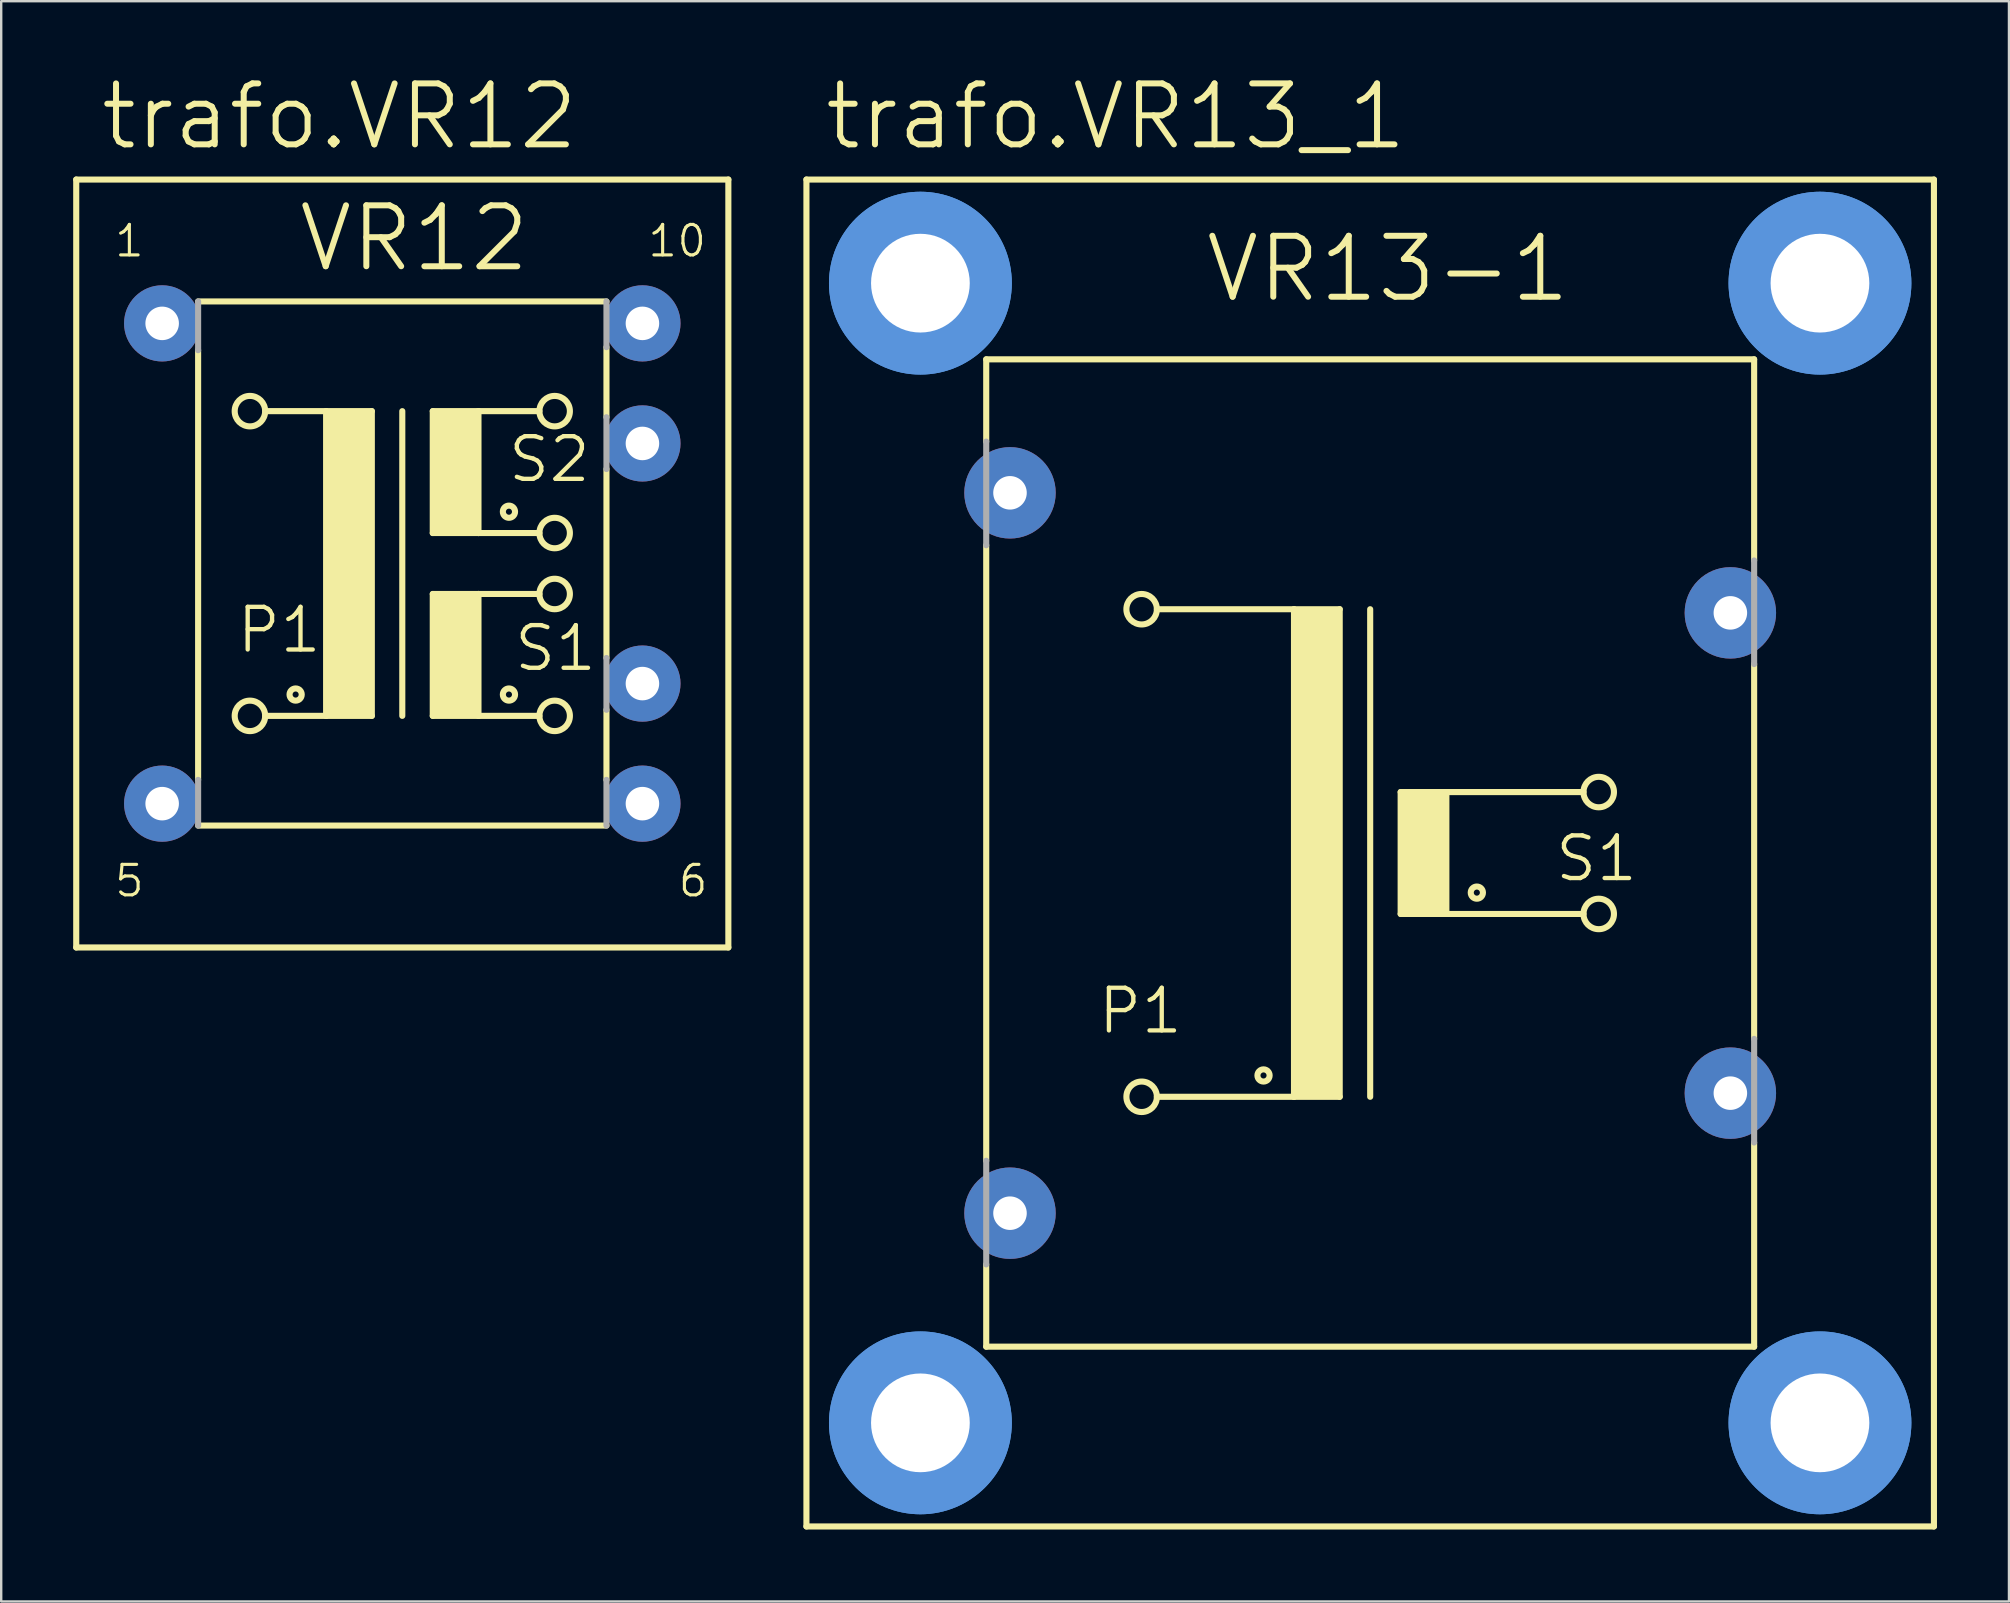
<source format=kicad_pcb>
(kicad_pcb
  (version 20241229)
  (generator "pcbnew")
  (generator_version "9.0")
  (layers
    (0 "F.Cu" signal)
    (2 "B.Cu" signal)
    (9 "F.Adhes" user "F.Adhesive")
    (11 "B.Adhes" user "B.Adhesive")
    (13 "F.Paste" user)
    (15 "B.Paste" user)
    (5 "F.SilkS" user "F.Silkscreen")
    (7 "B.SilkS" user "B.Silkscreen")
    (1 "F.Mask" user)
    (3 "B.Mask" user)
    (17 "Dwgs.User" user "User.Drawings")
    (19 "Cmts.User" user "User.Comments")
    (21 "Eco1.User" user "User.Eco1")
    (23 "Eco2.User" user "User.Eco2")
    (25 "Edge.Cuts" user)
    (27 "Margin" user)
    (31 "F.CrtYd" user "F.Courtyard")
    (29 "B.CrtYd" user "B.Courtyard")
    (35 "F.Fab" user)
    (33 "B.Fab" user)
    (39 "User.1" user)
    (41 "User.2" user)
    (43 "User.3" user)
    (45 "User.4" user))
  (footprint "trafo.VR12"
    (layer "F.Cu")
    (at 13.716 20.435)
    (property "Reference" "trafo.VR12" (at -12.7 -17.145 0) (layer "F.SilkS") (effects (font (size 2.54 2.54) (thickness 0.25)) (justify left bottom)))
    (attr through_hole)
    (fp_line (start -13.589 16.002) (end -13.589 -16.002) (stroke (width 0.254) (type default)) (layer "F.SilkS"))
    (fp_line (start -13.589 16.002) (end 13.589 16.002) (stroke (width 0.254) (type default)) (layer "F.SilkS"))
    (fp_line (start -8.509 9.017) (end -8.509 -8.89) (stroke (width 0.254) (type default)) (layer "F.SilkS"))
    (fp_line (start -8.509 10.922) (end 8.509 10.922) (stroke (width 0.254) (type default)) (layer "F.SilkS"))
    (fp_line (start -5.715 -6.35) (end -3.175 -6.35) (stroke (width 0.254) (type default)) (layer "F.SilkS"))
    (fp_line (start -3.175 -6.35) (end -3.175 6.35) (stroke (width 0.254) (type default)) (layer "F.SilkS"))
    (fp_line (start -3.175 -6.35) (end -1.27 -6.35) (stroke (width 0.254) (type default)) (layer "F.SilkS"))
    (fp_line (start -3.175 6.35) (end -5.715 6.35) (stroke (width 0.254) (type default)) (layer "F.SilkS"))
    (fp_line (start -1.27 -6.35) (end -1.27 6.35) (stroke (width 0.254) (type default)) (layer "F.SilkS"))
    (fp_line (start -1.27 6.35) (end -3.175 6.35) (stroke (width 0.254) (type default)) (layer "F.SilkS"))
    (fp_line (start 0 -6.35) (end 0 6.35) (stroke (width 0.254) (type default)) (layer "F.SilkS"))
    (fp_line (start 1.27 -6.35) (end 1.27 -1.27) (stroke (width 0.254) (type default)) (layer "F.SilkS"))
    (fp_line (start 1.27 -6.35) (end 3.175 -6.35) (stroke (width 0.254) (type default)) (layer "F.SilkS"))
    (fp_line (start 1.27 -1.27) (end 3.175 -1.27) (stroke (width 0.254) (type default)) (layer "F.SilkS"))
    (fp_line (start 1.27 1.27) (end 1.27 6.35) (stroke (width 0.254) (type default)) (layer "F.SilkS"))
    (fp_line (start 1.27 1.27) (end 3.175 1.27) (stroke (width 0.254) (type default)) (layer "F.SilkS"))
    (fp_line (start 1.27 6.35) (end 3.175 6.35) (stroke (width 0.254) (type default)) (layer "F.SilkS"))
    (fp_line (start 3.175 -6.35) (end 5.715 -6.35) (stroke (width 0.254) (type default)) (layer "F.SilkS"))
    (fp_line (start 3.175 -1.27) (end 3.175 -6.35) (stroke (width 0.254) (type default)) (layer "F.SilkS"))
    (fp_line (start 3.175 -1.27) (end 5.715 -1.27) (stroke (width 0.254) (type default)) (layer "F.SilkS"))
    (fp_line (start 3.175 1.27) (end 5.715 1.27) (stroke (width 0.254) (type default)) (layer "F.SilkS"))
    (fp_line (start 3.175 6.35) (end 3.175 1.27) (stroke (width 0.254) (type default)) (layer "F.SilkS"))
    (fp_line (start 3.175 6.35) (end 5.715 6.35) (stroke (width 0.254) (type default)) (layer "F.SilkS"))
    (fp_line (start 8.509 -10.922) (end -8.509 -10.922) (stroke (width 0.254) (type default)) (layer "F.SilkS"))
    (fp_line (start 8.509 -9.017) (end 8.509 -6.096) (stroke (width 0.254) (type default)) (layer "F.SilkS"))
    (fp_line (start 8.509 -3.937) (end 8.509 3.937) (stroke (width 0.254) (type default)) (layer "F.SilkS"))
    (fp_line (start 8.509 9.017) (end 8.509 6.096) (stroke (width 0.254) (type default)) (layer "F.SilkS"))
    (fp_line (start 13.589 -16.002) (end -13.589 -16.002) (stroke (width 0.254) (type default)) (layer "F.SilkS"))
    (fp_line (start 13.589 -16.002) (end 13.589 16.002) (stroke (width 0.254) (type default)) (layer "F.SilkS"))
    (fp_rect (start -3.175 6.35) (end -1.27 -6.35) (stroke (width 0.05) (type default)) (fill yes) (layer "F.SilkS"))
    (fp_rect (start 1.27 -1.27) (end 3.175 -6.35) (stroke (width 0.05) (type default)) (fill yes) (layer "F.SilkS"))
    (fp_rect (start 1.27 6.35) (end 3.175 1.27) (stroke (width 0.05) (type default)) (fill yes) (layer "F.SilkS"))
    (fp_circle (center -6.35 -6.35) (end -5.715 -6.35) (stroke (width 0.254) (type default)) (fill no) (layer "F.SilkS"))
    (fp_circle (center -6.35 6.35) (end -5.715 6.35) (stroke (width 0.254) (type default)) (fill no) (layer "F.SilkS"))
    (fp_circle (center -4.445 5.461) (end -4.191 5.461) (stroke (width 0.254) (type default)) (fill no) (layer "F.SilkS"))
    (fp_circle (center 4.445 -2.159) (end 4.699 -2.159) (stroke (width 0.254) (type default)) (fill no) (layer "F.SilkS"))
    (fp_circle (center 4.445 5.461) (end 4.699 5.461) (stroke (width 0.254) (type default)) (fill no) (layer "F.SilkS"))
    (fp_circle (center 6.35 -6.35) (end 6.985 -6.35) (stroke (width 0.254) (type default)) (fill no) (layer "F.SilkS"))
    (fp_circle (center 6.35 -1.27) (end 6.985 -1.27) (stroke (width 0.254) (type default)) (fill no) (layer "F.SilkS"))
    (fp_circle (center 6.35 1.27) (end 6.985 1.27) (stroke (width 0.254) (type default)) (fill no) (layer "F.SilkS"))
    (fp_circle (center 6.35 6.35) (end 6.985 6.35) (stroke (width 0.254) (type default)) (fill no) (layer "F.SilkS"))
    (fp_line (start -8.509 -10.922) (end -8.509 -8.89) (stroke (width 0.254) (type default)) (layer "F.Fab"))
    (fp_line (start -8.509 10.922) (end -8.509 9.017) (stroke (width 0.254) (type default)) (layer "F.Fab"))
    (fp_line (start 8.509 -10.922) (end 8.509 -9.017) (stroke (width 0.254) (type default)) (layer "F.Fab"))
    (fp_line (start 8.509 -3.937) (end 8.509 -6.096) (stroke (width 0.254) (type default)) (layer "F.Fab"))
    (fp_line (start 8.509 3.937) (end 8.509 6.096) (stroke (width 0.254) (type default)) (layer "F.Fab"))
    (fp_line (start 8.509 10.922) (end 8.509 9.017) (stroke (width 0.254) (type default)) (layer "F.Fab"))
    (fp_text user "10" (at 10.16 -12.7 0) (layer "F.SilkS") (effects (font (size 1.27 1.27) (thickness 0.13)) (justify left bottom)))
    (fp_text user "6" (at 11.43 13.97 0) (layer "F.SilkS") (effects (font (size 1.27 1.27) (thickness 0.13)) (justify left bottom)))
    (fp_text user "VR12" (at -4.445 -12.065 0) (layer "F.SilkS") (effects (font (size 2.54 2.54) (thickness 0.25)) (justify left bottom)))
    (fp_text user "P1" (at -6.985 3.81 0) (layer "F.SilkS") (effects (font (size 1.778 1.778) (thickness 0.18)) (justify left bottom)))
    (fp_text user "1" (at -12.065 -12.7 0) (layer "F.SilkS") (effects (font (size 1.27 1.27) (thickness 0.13)) (justify left bottom)))
    (fp_text user "S2" (at 4.318 -3.302 0) (layer "F.SilkS") (effects (font (size 1.778 1.778) (thickness 0.18)) (justify left bottom)))
    (fp_text user "5" (at -12.065 13.97 0) (layer "F.SilkS") (effects (font (size 1.27 1.27) (thickness 0.13)) (justify left bottom)))
    (fp_text user "S1" (at 4.572 4.572 0) (layer "F.SilkS") (effects (font (size 1.778 1.778) (thickness 0.18)) (justify left bottom)))
    (pad "1" thru_hole circle (at -10.008 -10.008) (size 3.175 3.175) (drill 1.397) (layers "*.Cu" "*.Mask"))
    (pad "5" thru_hole circle (at -10.008 10.008) (size 3.175 3.175) (drill 1.397) (layers "*.Cu" "*.Mask"))
    (pad "6" thru_hole circle (at 10.008 10.008) (size 3.175 3.175) (drill 1.397) (layers "*.Cu" "*.Mask"))
    (pad "7" thru_hole circle (at 10.008 5.004) (size 3.175 3.175) (drill 1.397) (layers "*.Cu" "*.Mask"))
    (pad "9" thru_hole circle (at 10.008 -5.004) (size 3.175 3.175) (drill 1.397) (layers "*.Cu" "*.Mask"))
    (pad "10" thru_hole circle (at 10.008 -10.008) (size 3.175 3.175) (drill 1.397) (layers "*.Cu" "*.Mask")))
  (footprint "trafo.VR13_1"
    (layer "F.Cu")
    (at 54.054 32.5)
    (property "Reference" "trafo.VR13_1" (at -22.86 -29.21 0) (layer "F.SilkS") (effects (font (size 2.54 2.54) (thickness 0.25)) (justify left bottom)))
    (attr through_hole)
    (fp_line (start -23.495 28.067) (end -23.495 -28.067) (stroke (width 0.254) (type default)) (layer "F.SilkS"))
    (fp_line (start -23.495 28.067) (end 23.495 28.067) (stroke (width 0.254) (type default)) (layer "F.SilkS"))
    (fp_line (start -16.002 -20.574) (end -16.002 -17.145) (stroke (width 0.254) (type default)) (layer "F.SilkS"))
    (fp_line (start -16.002 -12.827) (end -16.002 12.827) (stroke (width 0.254) (type default)) (layer "F.SilkS"))
    (fp_line (start -16.002 20.574) (end -16.002 17.145) (stroke (width 0.254) (type default)) (layer "F.SilkS"))
    (fp_line (start -16.002 20.574) (end 16.002 20.574) (stroke (width 0.254) (type default)) (layer "F.SilkS"))
    (fp_line (start -8.89 -10.16) (end -3.175 -10.16) (stroke (width 0.254) (type default)) (layer "F.SilkS"))
    (fp_line (start -3.175 -10.16) (end -3.175 10.16) (stroke (width 0.254) (type default)) (layer "F.SilkS"))
    (fp_line (start -3.175 -10.16) (end -1.27 -10.16) (stroke (width 0.254) (type default)) (layer "F.SilkS"))
    (fp_line (start -3.175 10.16) (end -8.89 10.16) (stroke (width 0.254) (type default)) (layer "F.SilkS"))
    (fp_line (start -1.27 -10.16) (end -1.27 10.16) (stroke (width 0.254) (type default)) (layer "F.SilkS"))
    (fp_line (start -1.27 10.16) (end -3.175 10.16) (stroke (width 0.254) (type default)) (layer "F.SilkS"))
    (fp_line (start 0 -10.16) (end 0 10.16) (stroke (width 0.254) (type default)) (layer "F.SilkS"))
    (fp_line (start 1.27 -2.54) (end 1.27 2.54) (stroke (width 0.254) (type default)) (layer "F.SilkS"))
    (fp_line (start 1.27 -2.54) (end 3.175 -2.54) (stroke (width 0.254) (type default)) (layer "F.SilkS"))
    (fp_line (start 1.27 2.54) (end 3.175 2.54) (stroke (width 0.254) (type default)) (layer "F.SilkS"))
    (fp_line (start 3.175 -2.54) (end 8.89 -2.54) (stroke (width 0.254) (type default)) (layer "F.SilkS"))
    (fp_line (start 3.175 2.54) (end 3.175 -2.54) (stroke (width 0.254) (type default)) (layer "F.SilkS"))
    (fp_line (start 3.175 2.54) (end 8.89 2.54) (stroke (width 0.254) (type default)) (layer "F.SilkS"))
    (fp_line (start 16.002 -20.574) (end -16.002 -20.574) (stroke (width 0.254) (type default)) (layer "F.SilkS"))
    (fp_line (start 16.002 -20.574) (end 16.002 -12.192) (stroke (width 0.254) (type default)) (layer "F.SilkS"))
    (fp_line (start 16.002 -7.874) (end 16.002 7.747) (stroke (width 0.254) (type default)) (layer "F.SilkS"))
    (fp_line (start 16.002 20.574) (end 16.002 12.065) (stroke (width 0.254) (type default)) (layer "F.SilkS"))
    (fp_line (start 23.495 -28.067) (end -23.495 -28.067) (stroke (width 0.254) (type default)) (layer "F.SilkS"))
    (fp_line (start 23.495 -28.067) (end 23.495 28.067) (stroke (width 0.254) (type default)) (layer "F.SilkS"))
    (fp_rect (start -3.175 10.16) (end -1.27 -10.16) (stroke (width 0.05) (type default)) (fill yes) (layer "F.SilkS"))
    (fp_rect (start 1.27 2.54) (end 3.175 -2.54) (stroke (width 0.05) (type default)) (fill yes) (layer "F.SilkS"))
    (fp_circle (center -9.525 -10.16) (end -8.89 -10.16) (stroke (width 0.254) (type default)) (fill no) (layer "F.SilkS"))
    (fp_circle (center -9.525 10.16) (end -8.89 10.16) (stroke (width 0.254) (type default)) (fill no) (layer "F.SilkS"))
    (fp_circle (center -4.445 9.271) (end -4.191 9.271) (stroke (width 0.254) (type default)) (fill no) (layer "F.SilkS"))
    (fp_circle (center 4.445 1.651) (end 4.699 1.651) (stroke (width 0.254) (type default)) (fill no) (layer "F.SilkS"))
    (fp_circle (center 9.525 -2.54) (end 10.16 -2.54) (stroke (width 0.254) (type default)) (fill no) (layer "F.SilkS"))
    (fp_circle (center 9.525 2.54) (end 10.16 2.54) (stroke (width 0.254) (type default)) (fill no) (layer "F.SilkS"))
    (fp_circle (center -18.745 -23.749) (end -15.824 -23.749) (stroke (width 1.778) (type default)) (fill no) (layer "Cmts.User"))
    (fp_circle (center -18.745 -23.749) (end -15.824 -23.749) (stroke (width 1.778) (type default)) (fill no) (layer "Cmts.User"))
    (fp_circle (center -18.745 23.749) (end -15.824 23.749) (stroke (width 1.778) (type default)) (fill no) (layer "Cmts.User"))
    (fp_circle (center -18.745 23.749) (end -15.824 23.749) (stroke (width 1.778) (type default)) (fill no) (layer "Cmts.User"))
    (fp_circle (center 18.745 -23.749) (end 21.666 -23.749) (stroke (width 1.778) (type default)) (fill no) (layer "Cmts.User"))
    (fp_circle (center 18.745 -23.749) (end 21.666 -23.749) (stroke (width 1.778) (type default)) (fill no) (layer "Cmts.User"))
    (fp_circle (center 18.745 23.749) (end 21.666 23.749) (stroke (width 1.778) (type default)) (fill no) (layer "Cmts.User"))
    (fp_circle (center 18.745 23.749) (end 21.666 23.749) (stroke (width 1.778) (type default)) (fill no) (layer "Cmts.User"))
    (fp_line (start -16.002 -12.827) (end -16.002 -17.145) (stroke (width 0.254) (type default)) (layer "F.Fab"))
    (fp_line (start -16.002 17.145) (end -16.002 12.827) (stroke (width 0.254) (type default)) (layer "F.Fab"))
    (fp_line (start 16.002 -7.874) (end 16.002 -12.192) (stroke (width 0.254) (type default)) (layer "F.Fab"))
    (fp_line (start 16.002 12.065) (end 16.002 7.747) (stroke (width 0.254) (type default)) (layer "F.Fab"))
    (fp_text user "VR13-1" (at -6.985 -22.86 0) (layer "F.SilkS") (effects (font (size 2.54 2.54) (thickness 0.25)) (justify left bottom)))
    (fp_text user "P1" (at -11.43 7.62 0) (layer "F.SilkS") (effects (font (size 1.778 1.778) (thickness 0.18)) (justify left bottom)))
    (fp_text user "S1" (at 7.62 1.27 0) (layer "F.SilkS") (effects (font (size 1.778 1.778) (thickness 0.18)) (justify left bottom)))
    (pad "" np_thru_hole circle (at -18.745 -23.749) (size 4.115 4.115) (drill 4.115) (layers "*.Cu" "*.Mask"))
    (pad "" np_thru_hole circle (at -18.745 23.749) (size 4.115 4.115) (drill 4.115) (layers "*.Cu" "*.Mask"))
    (pad "" np_thru_hole circle (at 18.745 -23.749) (size 4.115 4.115) (drill 4.115) (layers "*.Cu" "*.Mask"))
    (pad "" np_thru_hole circle (at 18.745 23.749) (size 4.115 4.115) (drill 4.115) (layers "*.Cu" "*.Mask"))
    (pad "1" thru_hole circle (at -15.011 -15.011) (size 3.81 3.81) (drill 1.397) (layers "*.Cu" "*.Mask"))
    (pad "2" thru_hole circle (at -15.011 15.011) (size 3.81 3.81) (drill 1.397) (layers "*.Cu" "*.Mask"))
    (pad "3" thru_hole circle (at 15.011 10.008) (size 3.81 3.81) (drill 1.397) (layers "*.Cu" "*.Mask"))
    (pad "4" thru_hole circle (at 15.011 -10.008) (size 3.81 3.81) (drill 1.397) (layers "*.Cu" "*.Mask")))
  (gr_rect
    (start -3 -3)
    (end 80.676 63.694)
    (stroke (width 0.1) (type default))
    (fill no)
    (layer "Edge.Cuts")))
</source>
